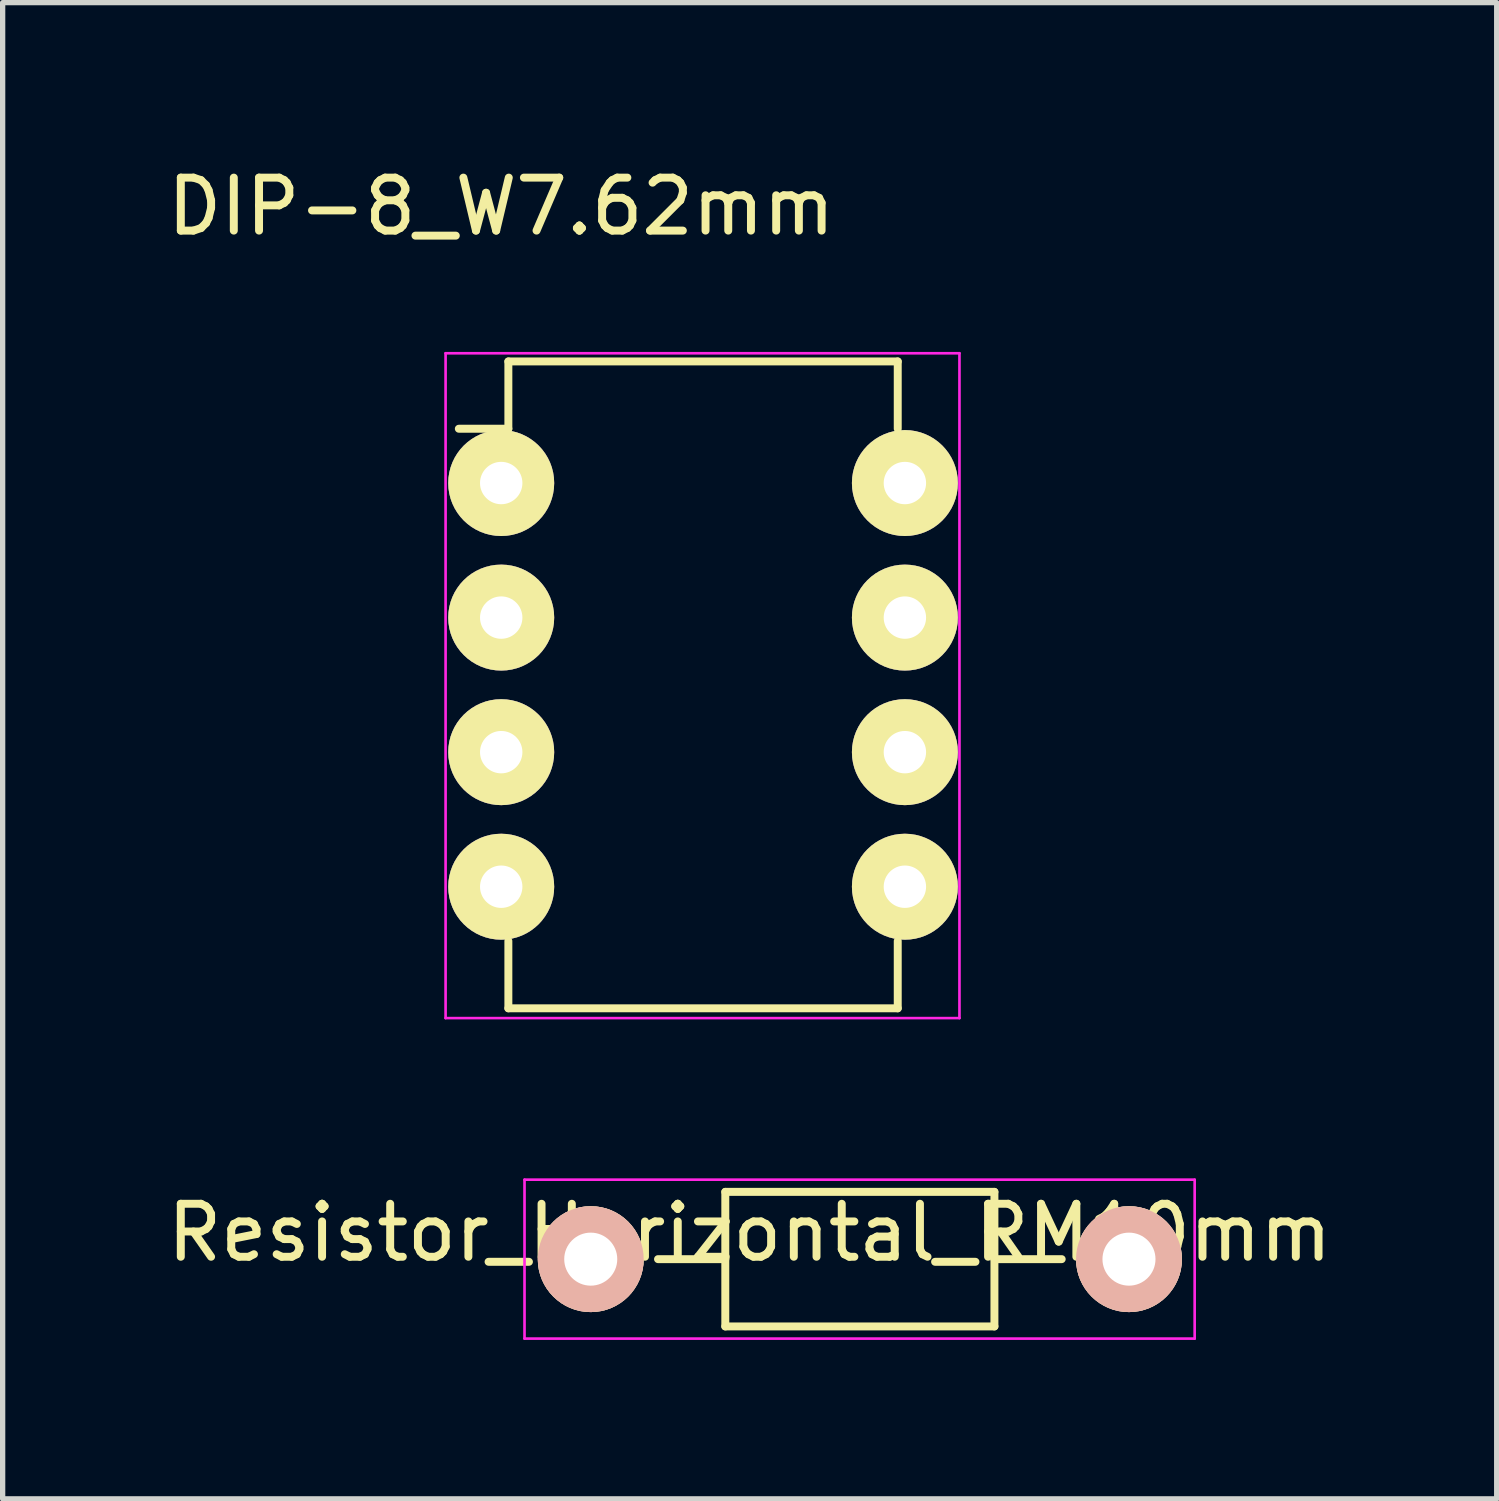
<source format=kicad_pcb>
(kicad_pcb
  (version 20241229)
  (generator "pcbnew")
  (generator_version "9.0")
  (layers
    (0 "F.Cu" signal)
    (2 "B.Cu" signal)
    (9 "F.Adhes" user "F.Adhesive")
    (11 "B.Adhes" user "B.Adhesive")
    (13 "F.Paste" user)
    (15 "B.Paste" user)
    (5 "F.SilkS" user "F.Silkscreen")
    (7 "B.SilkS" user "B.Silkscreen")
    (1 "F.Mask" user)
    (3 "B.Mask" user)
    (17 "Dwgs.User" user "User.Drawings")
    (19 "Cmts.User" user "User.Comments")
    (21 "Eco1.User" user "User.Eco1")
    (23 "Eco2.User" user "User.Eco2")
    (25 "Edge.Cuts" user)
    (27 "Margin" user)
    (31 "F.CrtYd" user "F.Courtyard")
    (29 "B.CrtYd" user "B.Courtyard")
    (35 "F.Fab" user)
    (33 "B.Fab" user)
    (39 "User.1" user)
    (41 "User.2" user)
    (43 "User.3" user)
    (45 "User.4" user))
  (footprint "DIP-8_W7.62mm"
    (layer "F.Cu")
    (at 6.411 6.068)
    (property "Reference" "DIP-8_W7.62mm" (at 0 -5.22 0) (layer "F.SilkS") (effects (font (size 1 1) (thickness 0.15))))
    (attr through_hole)
    (fp_line (start 0.135 -2.295) (end 0.135 -1.025) (stroke (width 0.15) (type solid)) (layer "F.SilkS"))
    (fp_line (start 0.135 -2.295) (end 7.485 -2.295) (stroke (width 0.15) (type solid)) (layer "F.SilkS"))
    (fp_line (start 0.135 -1.025) (end -0.8 -1.025) (stroke (width 0.15) (type solid)) (layer "F.SilkS"))
    (fp_line (start 0.135 9.915) (end 0.135 8.645) (stroke (width 0.15) (type solid)) (layer "F.SilkS"))
    (fp_line (start 0.135 9.915) (end 7.485 9.915) (stroke (width 0.15) (type solid)) (layer "F.SilkS"))
    (fp_line (start 7.485 -2.295) (end 7.485 -1.025) (stroke (width 0.15) (type solid)) (layer "F.SilkS"))
    (fp_line (start 7.485 9.915) (end 7.485 8.645) (stroke (width 0.15) (type solid)) (layer "F.SilkS"))
    (fp_line (start -1.05 -2.45) (end -1.05 10.1) (stroke (width 0.05) (type solid)) (layer "F.CrtYd"))
    (fp_line (start -1.05 -2.45) (end 8.65 -2.45) (stroke (width 0.05) (type solid)) (layer "F.CrtYd"))
    (fp_line (start -1.05 10.1) (end 8.65 10.1) (stroke (width 0.05) (type solid)) (layer "F.CrtYd"))
    (fp_line (start 8.65 -2.45) (end 8.65 10.1) (stroke (width 0.05) (type solid)) (layer "F.CrtYd"))
    (pad "1" thru_hole oval (at 0 0) (size 2 2) (drill 0.8) (layers "*.Cu" "*.Mask" "F.SilkS"))
    (pad "2" thru_hole oval (at 0 2.54) (size 2 2) (drill 0.8) (layers "*.Cu" "*.Mask" "F.SilkS"))
    (pad "3" thru_hole oval (at 0 5.08) (size 2 2) (drill 0.8) (layers "*.Cu" "*.Mask" "F.SilkS"))
    (pad "4" thru_hole oval (at 0 7.62) (size 2 2) (drill 0.8) (layers "*.Cu" "*.Mask" "F.SilkS"))
    (pad "5" thru_hole oval (at 7.62 7.62) (size 2 2) (drill 0.8) (layers "*.Cu" "*.Mask" "F.SilkS"))
    (pad "6" thru_hole oval (at 7.62 5.08) (size 2 2) (drill 0.8) (layers "*.Cu" "*.Mask" "F.SilkS"))
    (pad "7" thru_hole oval (at 7.62 2.54) (size 2 2) (drill 0.8) (layers "*.Cu" "*.Mask" "F.SilkS"))
    (pad "8" thru_hole oval (at 7.62 0) (size 2 2) (drill 0.8) (layers "*.Cu" "*.Mask" "F.SilkS")))
  (footprint "Resistor_Horizontal_RM10mm"
    (layer "F.Cu")
    (at 8.101 20.718)
    (property "Reference" "Resistor_Horizontal_RM10mm" (at 3 -0.5 0) (layer "F.SilkS") (effects (font (size 1 1) (thickness 0.15))))
    (attr through_hole)
    (fp_line (start 2.54 -1.27) (end 7.62 -1.27) (stroke (width 0.15) (type solid)) (layer "F.SilkS"))
    (fp_line (start 2.54 0) (end 1.27 0) (stroke (width 0.15) (type solid)) (layer "F.SilkS"))
    (fp_line (start 2.54 1.27) (end 2.54 -1.27) (stroke (width 0.15) (type solid)) (layer "F.SilkS"))
    (fp_line (start 7.62 -1.27) (end 7.62 1.27) (stroke (width 0.15) (type solid)) (layer "F.SilkS"))
    (fp_line (start 7.62 0) (end 8.89 0) (stroke (width 0.15) (type solid)) (layer "F.SilkS"))
    (fp_line (start 7.62 1.27) (end 2.54 1.27) (stroke (width 0.15) (type solid)) (layer "F.SilkS"))
    (fp_line (start -1.25 -1.5) (end 11.4 -1.5) (stroke (width 0.05) (type solid)) (layer "F.CrtYd"))
    (fp_line (start -1.25 1.5) (end -1.25 -1.5) (stroke (width 0.05) (type solid)) (layer "F.CrtYd"))
    (fp_line (start -1.25 1.5) (end 11.4 1.5) (stroke (width 0.05) (type solid)) (layer "F.CrtYd"))
    (fp_line (start 11.4 -1.5) (end 11.4 1.5) (stroke (width 0.05) (type solid)) (layer "F.CrtYd"))
    (pad "1" thru_hole circle (at 0 0) (size 1.999 1.999) (drill 1.001) (layers "*.Cu" "*.SilkS" "*.Mask"))
    (pad "2" thru_hole circle (at 10.16 0) (size 1.999 1.999) (drill 1.001) (layers "*.Cu" "*.SilkS" "*.Mask")))
  (gr_rect
    (start -3 -3)
    (end 25.202 25.243)
    (stroke (width 0.1) (type default))
    (fill no)
    (layer "Edge.Cuts")))
</source>
